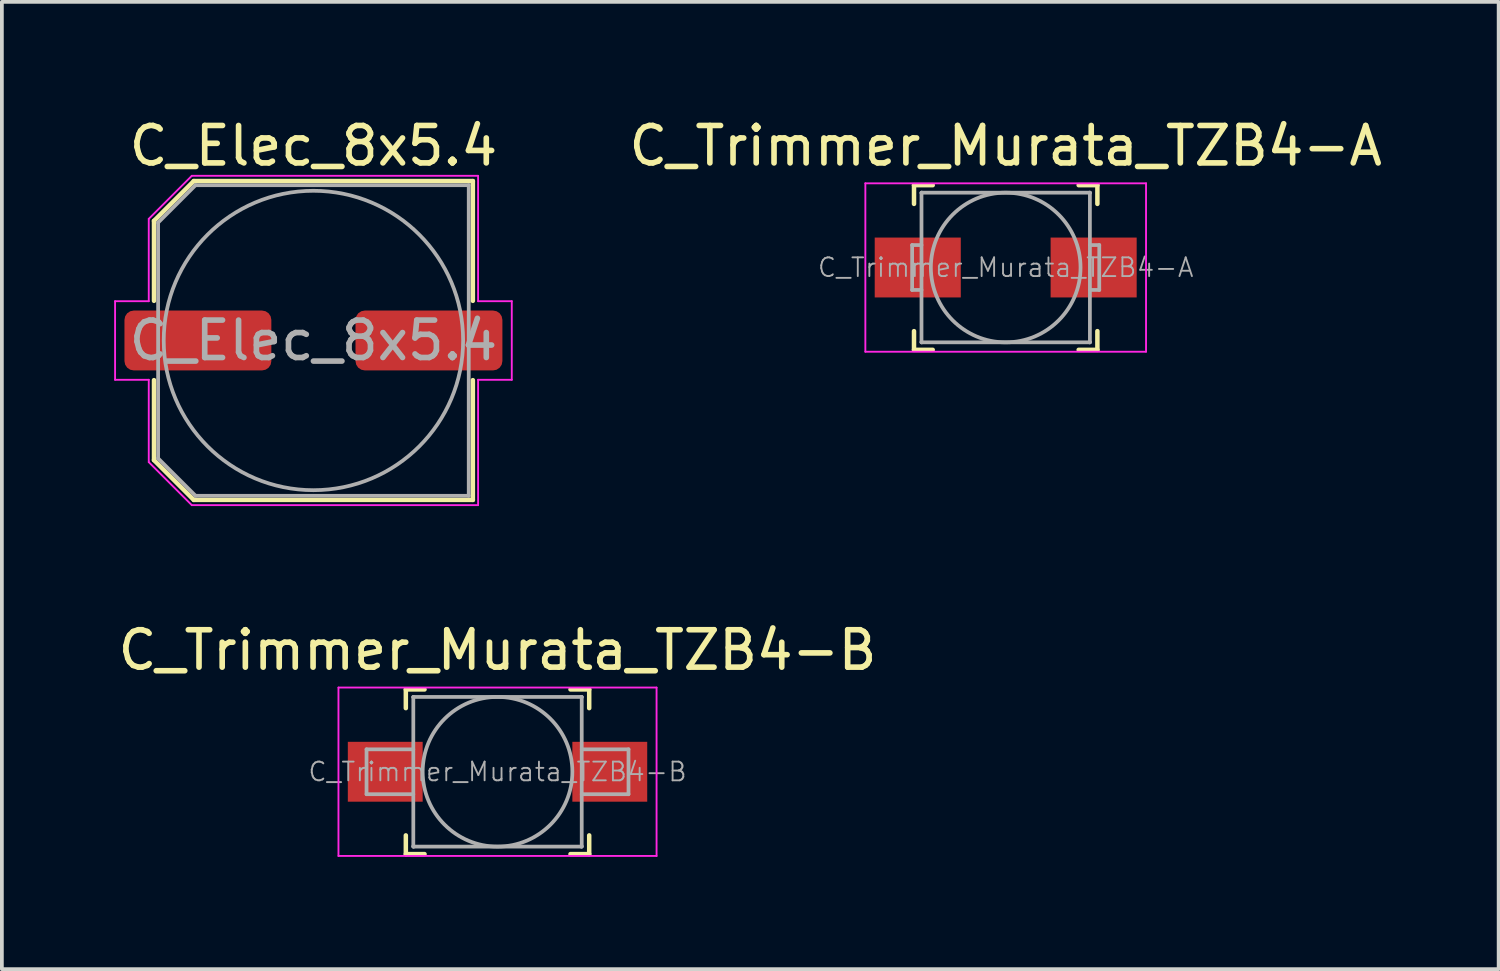
<source format=kicad_pcb>
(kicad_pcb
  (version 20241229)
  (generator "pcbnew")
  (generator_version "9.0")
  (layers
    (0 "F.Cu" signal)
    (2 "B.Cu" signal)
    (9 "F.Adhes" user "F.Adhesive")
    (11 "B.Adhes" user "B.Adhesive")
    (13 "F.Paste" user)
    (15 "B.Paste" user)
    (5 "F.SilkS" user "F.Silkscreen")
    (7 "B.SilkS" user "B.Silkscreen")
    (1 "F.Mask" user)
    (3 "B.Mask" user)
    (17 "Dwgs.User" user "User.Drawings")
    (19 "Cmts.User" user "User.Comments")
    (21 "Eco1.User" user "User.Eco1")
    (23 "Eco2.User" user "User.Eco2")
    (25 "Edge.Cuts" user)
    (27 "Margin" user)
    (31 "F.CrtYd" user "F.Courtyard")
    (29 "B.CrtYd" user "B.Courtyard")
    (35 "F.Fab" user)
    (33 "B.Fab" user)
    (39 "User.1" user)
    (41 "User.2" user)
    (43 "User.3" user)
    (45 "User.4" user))
  (footprint "C_Trimmer_Murata_TZB4-B"
    (layer "F.Cu")
    (at 10.244 17.572)
    (property "Reference" "C_Trimmer_Murata_TZB4-B" (at 0 -3.25 0) (layer "F.SilkS") (effects (font (size 1 1) (thickness 0.15))))
    (attr smd)
    (fp_line (start -2.45 -2.2) (end -2.45 -1.7) (stroke (width 0.12) (type solid)) (layer "F.SilkS"))
    (fp_line (start -2.45 -2.2) (end -1.95 -2.2) (stroke (width 0.12) (type solid)) (layer "F.SilkS"))
    (fp_line (start -2.45 2.2) (end -2.45 1.7) (stroke (width 0.12) (type solid)) (layer "F.SilkS"))
    (fp_line (start -2.45 2.2) (end -1.95 2.2) (stroke (width 0.12) (type solid)) (layer "F.SilkS"))
    (fp_line (start 2.45 -2.2) (end 1.95 -2.2) (stroke (width 0.12) (type solid)) (layer "F.SilkS"))
    (fp_line (start 2.45 -2.2) (end 2.45 -1.7) (stroke (width 0.12) (type solid)) (layer "F.SilkS"))
    (fp_line (start 2.45 2.2) (end 1.95 2.2) (stroke (width 0.12) (type solid)) (layer "F.SilkS"))
    (fp_line (start 2.45 2.2) (end 2.45 1.7) (stroke (width 0.12) (type solid)) (layer "F.SilkS"))
    (fp_line (start -4.25 -2.25) (end -4.25 2.25) (stroke (width 0.05) (type solid)) (layer "F.CrtYd"))
    (fp_line (start -4.25 2.25) (end 4.25 2.25) (stroke (width 0.05) (type solid)) (layer "F.CrtYd"))
    (fp_line (start 4.25 -2.25) (end -4.25 -2.25) (stroke (width 0.05) (type solid)) (layer "F.CrtYd"))
    (fp_line (start 4.25 2.25) (end 4.25 -2.25) (stroke (width 0.05) (type solid)) (layer "F.CrtYd"))
    (fp_line (start -3.5 -0.6) (end -3.5 0.6) (stroke (width 0.1) (type solid)) (layer "F.Fab"))
    (fp_line (start -3.5 0.6) (end -2.25 0.6) (stroke (width 0.1) (type solid)) (layer "F.Fab"))
    (fp_line (start -2.25 -2) (end -2.24 -2) (stroke (width 0.1) (type solid)) (layer "F.Fab"))
    (fp_line (start -2.25 -1.99) (end -2.25 -2) (stroke (width 0.1) (type solid)) (layer "F.Fab"))
    (fp_line (start -2.25 -0.6) (end -3.5 -0.6) (stroke (width 0.1) (type solid)) (layer "F.Fab"))
    (fp_line (start -2.25 1.99) (end -2.25 -1.99) (stroke (width 0.1) (type solid)) (layer "F.Fab"))
    (fp_line (start -2.25 2) (end -2.25 1.99) (stroke (width 0.1) (type solid)) (layer "F.Fab"))
    (fp_line (start -2.24 -2) (end 2.24 -2) (stroke (width 0.1) (type solid)) (layer "F.Fab"))
    (fp_line (start -2.24 2) (end -2.25 2) (stroke (width 0.1) (type solid)) (layer "F.Fab"))
    (fp_line (start 2.24 -2) (end 2.25 -2) (stroke (width 0.1) (type solid)) (layer "F.Fab"))
    (fp_line (start 2.24 2) (end -2.24 2) (stroke (width 0.1) (type solid)) (layer "F.Fab"))
    (fp_line (start 2.25 -2) (end 2.25 -1.99) (stroke (width 0.1) (type solid)) (layer "F.Fab"))
    (fp_line (start 2.25 -1.99) (end 2.25 1.99) (stroke (width 0.1) (type solid)) (layer "F.Fab"))
    (fp_line (start 2.25 -0.6) (end 3.5 -0.6) (stroke (width 0.1) (type solid)) (layer "F.Fab"))
    (fp_line (start 2.25 1.99) (end 2.25 2) (stroke (width 0.1) (type solid)) (layer "F.Fab"))
    (fp_line (start 2.25 2) (end 2.24 2) (stroke (width 0.1) (type solid)) (layer "F.Fab"))
    (fp_line (start 3.5 -0.6) (end 3.5 0.6) (stroke (width 0.1) (type solid)) (layer "F.Fab"))
    (fp_line (start 3.5 0.6) (end 2.25 0.6) (stroke (width 0.1) (type solid)) (layer "F.Fab"))
    (fp_circle (center 0 0) (end 2 0) (stroke (width 0.1) (type solid)) (fill no) (layer "F.Fab"))
    (fp_text user "${REFERENCE}" (at 0 0 0) (layer "F.Fab") (effects (font (size 0.5 0.5) (thickness 0.05))))
    (pad "1" smd rect (at -3 0) (size 2 1.6) (layers "F.Cu" "F.Mask" "F.Paste"))
    (pad "2" smd rect (at 3 0) (size 2 1.6) (layers "F.Cu" "F.Mask" "F.Paste")))
  (footprint "C_Elec_8x5.4"
    (layer "F.Cu")
    (at 5.325 6.048)
    (property "Reference" "C_Elec_8x5.4" (at 0 -5.2 0) (layer "F.SilkS") (effects (font (size 1 1) (thickness 0.15))))
    (attr smd)
    (fp_line (start -4.26 -3.196) (end -4.26 -1.06) (stroke (width 0.12) (type solid)) (layer "F.SilkS"))
    (fp_line (start -4.26 -3.196) (end -3.196 -4.26) (stroke (width 0.12) (type solid)) (layer "F.SilkS"))
    (fp_line (start -4.26 3.196) (end -4.26 1.06) (stroke (width 0.12) (type solid)) (layer "F.SilkS"))
    (fp_line (start -4.26 3.196) (end -3.196 4.26) (stroke (width 0.12) (type solid)) (layer "F.SilkS"))
    (fp_line (start -3.196 -4.26) (end 4.26 -4.26) (stroke (width 0.12) (type solid)) (layer "F.SilkS"))
    (fp_line (start -3.196 4.26) (end 4.26 4.26) (stroke (width 0.12) (type solid)) (layer "F.SilkS"))
    (fp_line (start 4.26 -4.26) (end 4.26 -1.06) (stroke (width 0.12) (type solid)) (layer "F.SilkS"))
    (fp_line (start 4.26 4.26) (end 4.26 1.06) (stroke (width 0.12) (type solid)) (layer "F.SilkS"))
    (fp_line (start -5.3 -1.05) (end -5.3 1.05) (stroke (width 0.05) (type solid)) (layer "F.CrtYd"))
    (fp_line (start -5.3 1.05) (end -4.4 1.05) (stroke (width 0.05) (type solid)) (layer "F.CrtYd"))
    (fp_line (start -4.4 -3.25) (end -4.4 -1.05) (stroke (width 0.05) (type solid)) (layer "F.CrtYd"))
    (fp_line (start -4.4 -3.25) (end -3.25 -4.4) (stroke (width 0.05) (type solid)) (layer "F.CrtYd"))
    (fp_line (start -4.4 -1.05) (end -5.3 -1.05) (stroke (width 0.05) (type solid)) (layer "F.CrtYd"))
    (fp_line (start -4.4 1.05) (end -4.4 3.25) (stroke (width 0.05) (type solid)) (layer "F.CrtYd"))
    (fp_line (start -4.4 3.25) (end -3.25 4.4) (stroke (width 0.05) (type solid)) (layer "F.CrtYd"))
    (fp_line (start -3.25 -4.4) (end 4.4 -4.4) (stroke (width 0.05) (type solid)) (layer "F.CrtYd"))
    (fp_line (start -3.25 4.4) (end 4.4 4.4) (stroke (width 0.05) (type solid)) (layer "F.CrtYd"))
    (fp_line (start 4.4 -4.4) (end 4.4 -1.05) (stroke (width 0.05) (type solid)) (layer "F.CrtYd"))
    (fp_line (start 4.4 -1.05) (end 5.3 -1.05) (stroke (width 0.05) (type solid)) (layer "F.CrtYd"))
    (fp_line (start 4.4 1.05) (end 4.4 4.4) (stroke (width 0.05) (type solid)) (layer "F.CrtYd"))
    (fp_line (start 5.3 -1.05) (end 5.3 1.05) (stroke (width 0.05) (type solid)) (layer "F.CrtYd"))
    (fp_line (start 5.3 1.05) (end 4.4 1.05) (stroke (width 0.05) (type solid)) (layer "F.CrtYd"))
    (fp_line (start -4.15 -3.15) (end -4.15 3.15) (stroke (width 0.1) (type solid)) (layer "F.Fab"))
    (fp_line (start -4.15 -3.15) (end -3.15 -4.15) (stroke (width 0.1) (type solid)) (layer "F.Fab"))
    (fp_line (start -4.15 3.15) (end -3.15 4.15) (stroke (width 0.1) (type solid)) (layer "F.Fab"))
    (fp_line (start -3.15 -4.15) (end 4.15 -4.15) (stroke (width 0.1) (type solid)) (layer "F.Fab"))
    (fp_line (start -3.15 4.15) (end 4.15 4.15) (stroke (width 0.1) (type solid)) (layer "F.Fab"))
    (fp_line (start 4.15 -4.15) (end 4.15 4.15) (stroke (width 0.1) (type solid)) (layer "F.Fab"))
    (fp_circle (center 0 0) (end 4 0) (stroke (width 0.1) (type solid)) (fill no) (layer "F.Fab"))
    (fp_text user "${REFERENCE}" (at 0 0 0) (layer "F.Fab") (effects (font (size 1 1) (thickness 0.15))))
    (pad "1" smd roundrect (at -3.087 0) (size 3.925 1.6) (layers "F.Cu" "F.Mask" "F.Paste") (roundrect_rratio 0.156))
    (pad "2" smd roundrect (at 3.087 0) (size 3.925 1.6) (layers "F.Cu" "F.Mask" "F.Paste") (roundrect_rratio 0.156)))
  (footprint "C_Trimmer_Murata_TZB4-A"
    (layer "F.Cu")
    (at 23.823 4.098)
    (property "Reference" "C_Trimmer_Murata_TZB4-A" (at 0 -3.25 0) (layer "F.SilkS") (effects (font (size 1 1) (thickness 0.15))))
    (attr smd)
    (fp_line (start -2.45 -2.2) (end -2.45 -1.7) (stroke (width 0.12) (type solid)) (layer "F.SilkS"))
    (fp_line (start -2.45 -2.2) (end -1.95 -2.2) (stroke (width 0.12) (type solid)) (layer "F.SilkS"))
    (fp_line (start -2.45 2.2) (end -2.45 1.7) (stroke (width 0.12) (type solid)) (layer "F.SilkS"))
    (fp_line (start -2.45 2.2) (end -1.95 2.2) (stroke (width 0.12) (type solid)) (layer "F.SilkS"))
    (fp_line (start 2.45 -2.2) (end 1.95 -2.2) (stroke (width 0.12) (type solid)) (layer "F.SilkS"))
    (fp_line (start 2.45 -2.2) (end 2.45 -1.7) (stroke (width 0.12) (type solid)) (layer "F.SilkS"))
    (fp_line (start 2.45 2.2) (end 1.95 2.2) (stroke (width 0.12) (type solid)) (layer "F.SilkS"))
    (fp_line (start 2.45 2.2) (end 2.45 1.7) (stroke (width 0.12) (type solid)) (layer "F.SilkS"))
    (fp_line (start -3.75 -2.25) (end -3.75 2.25) (stroke (width 0.05) (type solid)) (layer "F.CrtYd"))
    (fp_line (start -3.75 2.25) (end 3.75 2.25) (stroke (width 0.05) (type solid)) (layer "F.CrtYd"))
    (fp_line (start 3.75 -2.25) (end -3.75 -2.25) (stroke (width 0.05) (type solid)) (layer "F.CrtYd"))
    (fp_line (start 3.75 2.25) (end 3.75 -2.25) (stroke (width 0.05) (type solid)) (layer "F.CrtYd"))
    (fp_line (start -2.5 -0.6) (end -2.5 0.6) (stroke (width 0.1) (type solid)) (layer "F.Fab"))
    (fp_line (start -2.5 0.6) (end -2.25 0.6) (stroke (width 0.1) (type solid)) (layer "F.Fab"))
    (fp_line (start -2.25 -2) (end -2.24 -2) (stroke (width 0.1) (type solid)) (layer "F.Fab"))
    (fp_line (start -2.25 -1.99) (end -2.25 -2) (stroke (width 0.1) (type solid)) (layer "F.Fab"))
    (fp_line (start -2.25 -0.6) (end -2.5 -0.6) (stroke (width 0.1) (type solid)) (layer "F.Fab"))
    (fp_line (start -2.25 1.99) (end -2.25 -1.99) (stroke (width 0.1) (type solid)) (layer "F.Fab"))
    (fp_line (start -2.25 2) (end -2.25 1.99) (stroke (width 0.1) (type solid)) (layer "F.Fab"))
    (fp_line (start -2.24 -2) (end 2.24 -2) (stroke (width 0.1) (type solid)) (layer "F.Fab"))
    (fp_line (start -2.24 2) (end -2.25 2) (stroke (width 0.1) (type solid)) (layer "F.Fab"))
    (fp_line (start 2.24 -2) (end 2.25 -2) (stroke (width 0.1) (type solid)) (layer "F.Fab"))
    (fp_line (start 2.24 2) (end -2.24 2) (stroke (width 0.1) (type solid)) (layer "F.Fab"))
    (fp_line (start 2.25 -2) (end 2.25 -1.99) (stroke (width 0.1) (type solid)) (layer "F.Fab"))
    (fp_line (start 2.25 -1.99) (end 2.25 1.99) (stroke (width 0.1) (type solid)) (layer "F.Fab"))
    (fp_line (start 2.25 -0.6) (end 2.5 -0.6) (stroke (width 0.1) (type solid)) (layer "F.Fab"))
    (fp_line (start 2.25 1.99) (end 2.25 2) (stroke (width 0.1) (type solid)) (layer "F.Fab"))
    (fp_line (start 2.25 2) (end 2.24 2) (stroke (width 0.1) (type solid)) (layer "F.Fab"))
    (fp_line (start 2.5 -0.6) (end 2.5 0.6) (stroke (width 0.1) (type solid)) (layer "F.Fab"))
    (fp_line (start 2.5 0.6) (end 2.25 0.6) (stroke (width 0.1) (type solid)) (layer "F.Fab"))
    (fp_circle (center 0 0) (end 2 0) (stroke (width 0.1) (type solid)) (fill no) (layer "F.Fab"))
    (fp_text user "${REFERENCE}" (at 0 0 0) (layer "F.Fab") (effects (font (size 0.5 0.5) (thickness 0.05))))
    (pad "1" smd rect (at -2.35 0) (size 2.3 1.6) (layers "F.Cu" "F.Mask" "F.Paste"))
    (pad "2" smd rect (at 2.35 0) (size 2.3 1.6) (layers "F.Cu" "F.Mask" "F.Paste")))
  (gr_rect
    (start -3 -3)
    (end 36.995 22.846)
    (stroke (width 0.1) (type default))
    (fill no)
    (layer "Edge.Cuts")))
</source>
